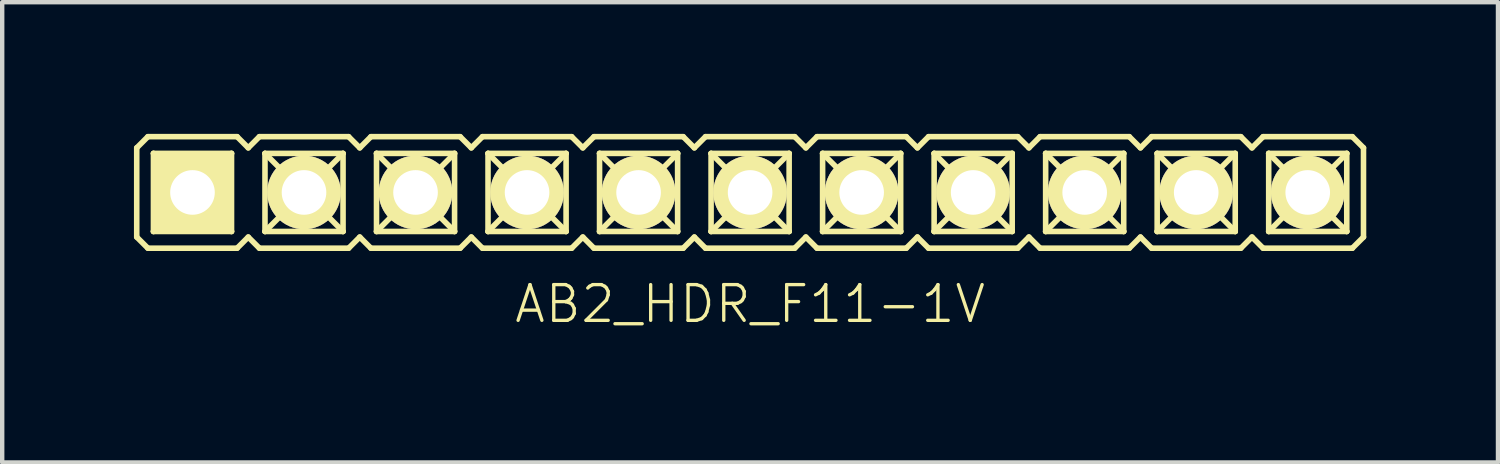
<source format=kicad_pcb>
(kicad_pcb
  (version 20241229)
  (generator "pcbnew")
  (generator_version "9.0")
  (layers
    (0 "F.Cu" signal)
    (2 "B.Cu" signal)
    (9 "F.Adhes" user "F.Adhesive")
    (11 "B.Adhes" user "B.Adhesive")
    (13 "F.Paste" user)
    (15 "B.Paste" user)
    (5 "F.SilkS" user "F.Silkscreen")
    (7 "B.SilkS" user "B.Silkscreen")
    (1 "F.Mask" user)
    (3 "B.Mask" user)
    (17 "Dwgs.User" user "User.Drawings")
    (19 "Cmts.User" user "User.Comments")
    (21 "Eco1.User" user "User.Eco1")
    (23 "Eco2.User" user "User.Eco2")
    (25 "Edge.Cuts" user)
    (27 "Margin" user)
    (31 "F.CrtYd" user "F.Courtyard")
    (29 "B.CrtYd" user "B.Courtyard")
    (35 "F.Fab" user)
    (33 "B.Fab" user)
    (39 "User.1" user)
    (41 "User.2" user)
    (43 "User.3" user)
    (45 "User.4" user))
  (footprint "AB2_HDR_F11-1V"
    (layer "F.Cu")
    (at 14.034 1.333)
    (property "Reference" "AB2_HDR_F11-1V" (at 0 2.54 0) (layer "F.SilkS") (effects (font (size 0.813 0.813) (thickness 0.076))))
    (attr through_hole)
    (fp_line (start -13.97 -1.016) (end -13.716 -1.27) (stroke (width 0.127) (type solid)) (layer "F.SilkS"))
    (fp_line (start -13.97 1.016) (end -13.97 -1.016) (stroke (width 0.127) (type solid)) (layer "F.SilkS"))
    (fp_line (start -13.716 -1.27) (end -11.684 -1.27) (stroke (width 0.127) (type solid)) (layer "F.SilkS"))
    (fp_line (start -13.716 1.27) (end -13.97 1.016) (stroke (width 0.127) (type solid)) (layer "F.SilkS"))
    (fp_line (start -13.589 -0.889) (end -11.811 -0.889) (stroke (width 0.127) (type solid)) (layer "F.SilkS"))
    (fp_line (start -13.589 0.889) (end -13.589 -0.889) (stroke (width 0.127) (type solid)) (layer "F.SilkS"))
    (fp_line (start -13.208 -0.508) (end -13.589 -0.889) (stroke (width 0.127) (type solid)) (layer "F.SilkS"))
    (fp_line (start -13.208 -0.508) (end -12.192 -0.508) (stroke (width 0.127) (type solid)) (layer "F.SilkS"))
    (fp_line (start -13.208 0.508) (end -13.589 0.889) (stroke (width 0.127) (type solid)) (layer "F.SilkS"))
    (fp_line (start -13.208 0.508) (end -13.208 -0.508) (stroke (width 0.127) (type solid)) (layer "F.SilkS"))
    (fp_line (start -12.192 -0.508) (end -12.192 0.508) (stroke (width 0.127) (type solid)) (layer "F.SilkS"))
    (fp_line (start -12.192 -0.508) (end -11.811 -0.889) (stroke (width 0.127) (type solid)) (layer "F.SilkS"))
    (fp_line (start -12.192 0.508) (end -13.208 0.508) (stroke (width 0.127) (type solid)) (layer "F.SilkS"))
    (fp_line (start -12.192 0.508) (end -11.811 0.889) (stroke (width 0.127) (type solid)) (layer "F.SilkS"))
    (fp_line (start -11.811 -0.889) (end -11.811 0.889) (stroke (width 0.127) (type solid)) (layer "F.SilkS"))
    (fp_line (start -11.811 0.889) (end -13.589 0.889) (stroke (width 0.127) (type solid)) (layer "F.SilkS"))
    (fp_line (start -11.684 -1.27) (end -11.43 -1.016) (stroke (width 0.127) (type solid)) (layer "F.SilkS"))
    (fp_line (start -11.684 1.27) (end -13.716 1.27) (stroke (width 0.127) (type solid)) (layer "F.SilkS"))
    (fp_line (start -11.43 -1.016) (end -11.176 -1.27) (stroke (width 0.127) (type solid)) (layer "F.SilkS"))
    (fp_line (start -11.43 1.016) (end -11.684 1.27) (stroke (width 0.127) (type solid)) (layer "F.SilkS"))
    (fp_line (start -11.176 -1.27) (end -9.144 -1.27) (stroke (width 0.127) (type solid)) (layer "F.SilkS"))
    (fp_line (start -11.176 1.27) (end -11.43 1.016) (stroke (width 0.127) (type solid)) (layer "F.SilkS"))
    (fp_line (start -11.049 -0.889) (end -9.271 -0.889) (stroke (width 0.127) (type solid)) (layer "F.SilkS"))
    (fp_line (start -11.049 0.889) (end -11.049 -0.889) (stroke (width 0.127) (type solid)) (layer "F.SilkS"))
    (fp_line (start -10.668 -0.508) (end -11.049 -0.889) (stroke (width 0.127) (type solid)) (layer "F.SilkS"))
    (fp_line (start -10.668 -0.508) (end -9.652 -0.508) (stroke (width 0.127) (type solid)) (layer "F.SilkS"))
    (fp_line (start -10.668 0.508) (end -11.049 0.889) (stroke (width 0.127) (type solid)) (layer "F.SilkS"))
    (fp_line (start -10.668 0.508) (end -10.668 -0.508) (stroke (width 0.127) (type solid)) (layer "F.SilkS"))
    (fp_line (start -9.652 -0.508) (end -9.652 0.508) (stroke (width 0.127) (type solid)) (layer "F.SilkS"))
    (fp_line (start -9.652 -0.508) (end -9.271 -0.889) (stroke (width 0.127) (type solid)) (layer "F.SilkS"))
    (fp_line (start -9.652 0.508) (end -10.668 0.508) (stroke (width 0.127) (type solid)) (layer "F.SilkS"))
    (fp_line (start -9.652 0.508) (end -9.271 0.889) (stroke (width 0.127) (type solid)) (layer "F.SilkS"))
    (fp_line (start -9.271 -0.889) (end -9.271 0.889) (stroke (width 0.127) (type solid)) (layer "F.SilkS"))
    (fp_line (start -9.271 0.889) (end -11.049 0.889) (stroke (width 0.127) (type solid)) (layer "F.SilkS"))
    (fp_line (start -9.144 -1.27) (end -8.89 -1.016) (stroke (width 0.127) (type solid)) (layer "F.SilkS"))
    (fp_line (start -9.144 1.27) (end -11.176 1.27) (stroke (width 0.127) (type solid)) (layer "F.SilkS"))
    (fp_line (start -8.89 -1.016) (end -8.636 -1.27) (stroke (width 0.127) (type solid)) (layer "F.SilkS"))
    (fp_line (start -8.89 1.016) (end -9.144 1.27) (stroke (width 0.127) (type solid)) (layer "F.SilkS"))
    (fp_line (start -8.636 -1.27) (end -6.604 -1.27) (stroke (width 0.127) (type solid)) (layer "F.SilkS"))
    (fp_line (start -8.636 1.27) (end -8.89 1.016) (stroke (width 0.127) (type solid)) (layer "F.SilkS"))
    (fp_line (start -8.509 -0.889) (end -6.731 -0.889) (stroke (width 0.127) (type solid)) (layer "F.SilkS"))
    (fp_line (start -8.509 0.889) (end -8.509 -0.889) (stroke (width 0.127) (type solid)) (layer "F.SilkS"))
    (fp_line (start -8.128 -0.508) (end -8.509 -0.889) (stroke (width 0.127) (type solid)) (layer "F.SilkS"))
    (fp_line (start -8.128 -0.508) (end -7.112 -0.508) (stroke (width 0.127) (type solid)) (layer "F.SilkS"))
    (fp_line (start -8.128 0.508) (end -8.509 0.889) (stroke (width 0.127) (type solid)) (layer "F.SilkS"))
    (fp_line (start -8.128 0.508) (end -8.128 -0.508) (stroke (width 0.127) (type solid)) (layer "F.SilkS"))
    (fp_line (start -7.112 -0.508) (end -7.112 0.508) (stroke (width 0.127) (type solid)) (layer "F.SilkS"))
    (fp_line (start -7.112 -0.508) (end -6.731 -0.889) (stroke (width 0.127) (type solid)) (layer "F.SilkS"))
    (fp_line (start -7.112 0.508) (end -8.128 0.508) (stroke (width 0.127) (type solid)) (layer "F.SilkS"))
    (fp_line (start -7.112 0.508) (end -6.731 0.889) (stroke (width 0.127) (type solid)) (layer "F.SilkS"))
    (fp_line (start -6.731 -0.889) (end -6.731 0.889) (stroke (width 0.127) (type solid)) (layer "F.SilkS"))
    (fp_line (start -6.731 0.889) (end -8.509 0.889) (stroke (width 0.127) (type solid)) (layer "F.SilkS"))
    (fp_line (start -6.604 -1.27) (end -6.35 -1.016) (stroke (width 0.127) (type solid)) (layer "F.SilkS"))
    (fp_line (start -6.604 1.27) (end -8.636 1.27) (stroke (width 0.127) (type solid)) (layer "F.SilkS"))
    (fp_line (start -6.35 -1.016) (end -6.096 -1.27) (stroke (width 0.127) (type solid)) (layer "F.SilkS"))
    (fp_line (start -6.35 1.016) (end -6.604 1.27) (stroke (width 0.127) (type solid)) (layer "F.SilkS"))
    (fp_line (start -6.096 -1.27) (end -4.064 -1.27) (stroke (width 0.127) (type solid)) (layer "F.SilkS"))
    (fp_line (start -6.096 1.27) (end -6.35 1.016) (stroke (width 0.127) (type solid)) (layer "F.SilkS"))
    (fp_line (start -5.969 -0.889) (end -4.191 -0.889) (stroke (width 0.127) (type solid)) (layer "F.SilkS"))
    (fp_line (start -5.969 0.889) (end -5.969 -0.889) (stroke (width 0.127) (type solid)) (layer "F.SilkS"))
    (fp_line (start -5.588 -0.508) (end -5.969 -0.889) (stroke (width 0.127) (type solid)) (layer "F.SilkS"))
    (fp_line (start -5.588 -0.508) (end -4.572 -0.508) (stroke (width 0.127) (type solid)) (layer "F.SilkS"))
    (fp_line (start -5.588 0.508) (end -5.969 0.889) (stroke (width 0.127) (type solid)) (layer "F.SilkS"))
    (fp_line (start -5.588 0.508) (end -5.588 -0.508) (stroke (width 0.127) (type solid)) (layer "F.SilkS"))
    (fp_line (start -4.572 -0.508) (end -4.572 0.508) (stroke (width 0.127) (type solid)) (layer "F.SilkS"))
    (fp_line (start -4.572 -0.508) (end -4.191 -0.889) (stroke (width 0.127) (type solid)) (layer "F.SilkS"))
    (fp_line (start -4.572 0.508) (end -5.588 0.508) (stroke (width 0.127) (type solid)) (layer "F.SilkS"))
    (fp_line (start -4.572 0.508) (end -4.191 0.889) (stroke (width 0.127) (type solid)) (layer "F.SilkS"))
    (fp_line (start -4.191 -0.889) (end -4.191 0.889) (stroke (width 0.127) (type solid)) (layer "F.SilkS"))
    (fp_line (start -4.191 0.889) (end -5.969 0.889) (stroke (width 0.127) (type solid)) (layer "F.SilkS"))
    (fp_line (start -4.064 -1.27) (end -3.81 -1.016) (stroke (width 0.127) (type solid)) (layer "F.SilkS"))
    (fp_line (start -4.064 1.27) (end -6.096 1.27) (stroke (width 0.127) (type solid)) (layer "F.SilkS"))
    (fp_line (start -3.81 -1.016) (end -3.556 -1.27) (stroke (width 0.127) (type solid)) (layer "F.SilkS"))
    (fp_line (start -3.81 1.016) (end -4.064 1.27) (stroke (width 0.127) (type solid)) (layer "F.SilkS"))
    (fp_line (start -3.556 -1.27) (end -1.524 -1.27) (stroke (width 0.127) (type solid)) (layer "F.SilkS"))
    (fp_line (start -3.556 1.27) (end -3.81 1.016) (stroke (width 0.127) (type solid)) (layer "F.SilkS"))
    (fp_line (start -3.429 -0.889) (end -1.651 -0.889) (stroke (width 0.127) (type solid)) (layer "F.SilkS"))
    (fp_line (start -3.429 0.889) (end -3.429 -0.889) (stroke (width 0.127) (type solid)) (layer "F.SilkS"))
    (fp_line (start -3.048 -0.508) (end -3.429 -0.889) (stroke (width 0.127) (type solid)) (layer "F.SilkS"))
    (fp_line (start -3.048 -0.508) (end -2.032 -0.508) (stroke (width 0.127) (type solid)) (layer "F.SilkS"))
    (fp_line (start -3.048 0.508) (end -3.429 0.889) (stroke (width 0.127) (type solid)) (layer "F.SilkS"))
    (fp_line (start -3.048 0.508) (end -3.048 -0.508) (stroke (width 0.127) (type solid)) (layer "F.SilkS"))
    (fp_line (start -2.032 -0.508) (end -2.032 0.508) (stroke (width 0.127) (type solid)) (layer "F.SilkS"))
    (fp_line (start -2.032 -0.508) (end -1.651 -0.889) (stroke (width 0.127) (type solid)) (layer "F.SilkS"))
    (fp_line (start -2.032 0.508) (end -3.048 0.508) (stroke (width 0.127) (type solid)) (layer "F.SilkS"))
    (fp_line (start -2.032 0.508) (end -1.651 0.889) (stroke (width 0.127) (type solid)) (layer "F.SilkS"))
    (fp_line (start -1.651 -0.889) (end -1.651 0.889) (stroke (width 0.127) (type solid)) (layer "F.SilkS"))
    (fp_line (start -1.651 0.889) (end -3.429 0.889) (stroke (width 0.127) (type solid)) (layer "F.SilkS"))
    (fp_line (start -1.524 -1.27) (end -1.27 -1.016) (stroke (width 0.127) (type solid)) (layer "F.SilkS"))
    (fp_line (start -1.524 1.27) (end -3.556 1.27) (stroke (width 0.127) (type solid)) (layer "F.SilkS"))
    (fp_line (start -1.27 -1.016) (end -1.016 -1.27) (stroke (width 0.127) (type solid)) (layer "F.SilkS"))
    (fp_line (start -1.27 1.016) (end -1.524 1.27) (stroke (width 0.127) (type solid)) (layer "F.SilkS"))
    (fp_line (start -1.016 -1.27) (end 1.016 -1.27) (stroke (width 0.127) (type solid)) (layer "F.SilkS"))
    (fp_line (start -1.016 1.27) (end -1.27 1.016) (stroke (width 0.127) (type solid)) (layer "F.SilkS"))
    (fp_line (start -0.889 -0.889) (end 0.889 -0.889) (stroke (width 0.127) (type solid)) (layer "F.SilkS"))
    (fp_line (start -0.889 0.889) (end -0.889 -0.889) (stroke (width 0.127) (type solid)) (layer "F.SilkS"))
    (fp_line (start -0.508 -0.508) (end -0.889 -0.889) (stroke (width 0.127) (type solid)) (layer "F.SilkS"))
    (fp_line (start -0.508 -0.508) (end 0.508 -0.508) (stroke (width 0.127) (type solid)) (layer "F.SilkS"))
    (fp_line (start -0.508 0.508) (end -0.889 0.889) (stroke (width 0.127) (type solid)) (layer "F.SilkS"))
    (fp_line (start -0.508 0.508) (end -0.508 -0.508) (stroke (width 0.127) (type solid)) (layer "F.SilkS"))
    (fp_line (start 0.508 -0.508) (end 0.508 0.508) (stroke (width 0.127) (type solid)) (layer "F.SilkS"))
    (fp_line (start 0.508 -0.508) (end 0.889 -0.889) (stroke (width 0.127) (type solid)) (layer "F.SilkS"))
    (fp_line (start 0.508 0.508) (end -0.508 0.508) (stroke (width 0.127) (type solid)) (layer "F.SilkS"))
    (fp_line (start 0.508 0.508) (end 0.889 0.889) (stroke (width 0.127) (type solid)) (layer "F.SilkS"))
    (fp_line (start 0.889 -0.889) (end 0.889 0.889) (stroke (width 0.127) (type solid)) (layer "F.SilkS"))
    (fp_line (start 0.889 0.889) (end -0.889 0.889) (stroke (width 0.127) (type solid)) (layer "F.SilkS"))
    (fp_line (start 1.016 -1.27) (end 1.27 -1.016) (stroke (width 0.127) (type solid)) (layer "F.SilkS"))
    (fp_line (start 1.016 1.27) (end -1.016 1.27) (stroke (width 0.127) (type solid)) (layer "F.SilkS"))
    (fp_line (start 1.27 -1.016) (end 1.524 -1.27) (stroke (width 0.127) (type solid)) (layer "F.SilkS"))
    (fp_line (start 1.27 1.016) (end 1.016 1.27) (stroke (width 0.127) (type solid)) (layer "F.SilkS"))
    (fp_line (start 1.524 -1.27) (end 3.556 -1.27) (stroke (width 0.127) (type solid)) (layer "F.SilkS"))
    (fp_line (start 1.524 1.27) (end 1.27 1.016) (stroke (width 0.127) (type solid)) (layer "F.SilkS"))
    (fp_line (start 1.651 -0.889) (end 3.429 -0.889) (stroke (width 0.127) (type solid)) (layer "F.SilkS"))
    (fp_line (start 1.651 0.889) (end 1.651 -0.889) (stroke (width 0.127) (type solid)) (layer "F.SilkS"))
    (fp_line (start 2.032 -0.508) (end 1.651 -0.889) (stroke (width 0.127) (type solid)) (layer "F.SilkS"))
    (fp_line (start 2.032 -0.508) (end 3.048 -0.508) (stroke (width 0.127) (type solid)) (layer "F.SilkS"))
    (fp_line (start 2.032 0.508) (end 1.651 0.889) (stroke (width 0.127) (type solid)) (layer "F.SilkS"))
    (fp_line (start 2.032 0.508) (end 2.032 -0.508) (stroke (width 0.127) (type solid)) (layer "F.SilkS"))
    (fp_line (start 3.048 -0.508) (end 3.048 0.508) (stroke (width 0.127) (type solid)) (layer "F.SilkS"))
    (fp_line (start 3.048 -0.508) (end 3.429 -0.889) (stroke (width 0.127) (type solid)) (layer "F.SilkS"))
    (fp_line (start 3.048 0.508) (end 2.032 0.508) (stroke (width 0.127) (type solid)) (layer "F.SilkS"))
    (fp_line (start 3.048 0.508) (end 3.429 0.889) (stroke (width 0.127) (type solid)) (layer "F.SilkS"))
    (fp_line (start 3.429 -0.889) (end 3.429 0.889) (stroke (width 0.127) (type solid)) (layer "F.SilkS"))
    (fp_line (start 3.429 0.889) (end 1.651 0.889) (stroke (width 0.127) (type solid)) (layer "F.SilkS"))
    (fp_line (start 3.556 -1.27) (end 3.81 -1.016) (stroke (width 0.127) (type solid)) (layer "F.SilkS"))
    (fp_line (start 3.556 1.27) (end 1.524 1.27) (stroke (width 0.127) (type solid)) (layer "F.SilkS"))
    (fp_line (start 3.81 -1.016) (end 4.064 -1.27) (stroke (width 0.127) (type solid)) (layer "F.SilkS"))
    (fp_line (start 3.81 1.016) (end 3.556 1.27) (stroke (width 0.127) (type solid)) (layer "F.SilkS"))
    (fp_line (start 4.064 -1.27) (end 6.096 -1.27) (stroke (width 0.127) (type solid)) (layer "F.SilkS"))
    (fp_line (start 4.064 1.27) (end 3.81 1.016) (stroke (width 0.127) (type solid)) (layer "F.SilkS"))
    (fp_line (start 4.191 -0.889) (end 5.969 -0.889) (stroke (width 0.127) (type solid)) (layer "F.SilkS"))
    (fp_line (start 4.191 0.889) (end 4.191 -0.889) (stroke (width 0.127) (type solid)) (layer "F.SilkS"))
    (fp_line (start 4.572 -0.508) (end 4.191 -0.889) (stroke (width 0.127) (type solid)) (layer "F.SilkS"))
    (fp_line (start 4.572 -0.508) (end 5.588 -0.508) (stroke (width 0.127) (type solid)) (layer "F.SilkS"))
    (fp_line (start 4.572 0.508) (end 4.191 0.889) (stroke (width 0.127) (type solid)) (layer "F.SilkS"))
    (fp_line (start 4.572 0.508) (end 4.572 -0.508) (stroke (width 0.127) (type solid)) (layer "F.SilkS"))
    (fp_line (start 5.588 -0.508) (end 5.588 0.508) (stroke (width 0.127) (type solid)) (layer "F.SilkS"))
    (fp_line (start 5.588 -0.508) (end 5.969 -0.889) (stroke (width 0.127) (type solid)) (layer "F.SilkS"))
    (fp_line (start 5.588 0.508) (end 4.572 0.508) (stroke (width 0.127) (type solid)) (layer "F.SilkS"))
    (fp_line (start 5.588 0.508) (end 5.969 0.889) (stroke (width 0.127) (type solid)) (layer "F.SilkS"))
    (fp_line (start 5.969 -0.889) (end 5.969 0.889) (stroke (width 0.127) (type solid)) (layer "F.SilkS"))
    (fp_line (start 5.969 0.889) (end 4.191 0.889) (stroke (width 0.127) (type solid)) (layer "F.SilkS"))
    (fp_line (start 6.096 -1.27) (end 6.35 -1.016) (stroke (width 0.127) (type solid)) (layer "F.SilkS"))
    (fp_line (start 6.096 1.27) (end 4.064 1.27) (stroke (width 0.127) (type solid)) (layer "F.SilkS"))
    (fp_line (start 6.35 -1.016) (end 6.604 -1.27) (stroke (width 0.127) (type solid)) (layer "F.SilkS"))
    (fp_line (start 6.35 1.016) (end 6.096 1.27) (stroke (width 0.127) (type solid)) (layer "F.SilkS"))
    (fp_line (start 6.604 -1.27) (end 8.636 -1.27) (stroke (width 0.127) (type solid)) (layer "F.SilkS"))
    (fp_line (start 6.604 1.27) (end 6.35 1.016) (stroke (width 0.127) (type solid)) (layer "F.SilkS"))
    (fp_line (start 6.731 -0.889) (end 8.509 -0.889) (stroke (width 0.127) (type solid)) (layer "F.SilkS"))
    (fp_line (start 6.731 0.889) (end 6.731 -0.889) (stroke (width 0.127) (type solid)) (layer "F.SilkS"))
    (fp_line (start 7.112 -0.508) (end 6.731 -0.889) (stroke (width 0.127) (type solid)) (layer "F.SilkS"))
    (fp_line (start 7.112 -0.508) (end 8.128 -0.508) (stroke (width 0.127) (type solid)) (layer "F.SilkS"))
    (fp_line (start 7.112 0.508) (end 6.731 0.889) (stroke (width 0.127) (type solid)) (layer "F.SilkS"))
    (fp_line (start 7.112 0.508) (end 7.112 -0.508) (stroke (width 0.127) (type solid)) (layer "F.SilkS"))
    (fp_line (start 8.128 -0.508) (end 8.128 0.508) (stroke (width 0.127) (type solid)) (layer "F.SilkS"))
    (fp_line (start 8.128 -0.508) (end 8.509 -0.889) (stroke (width 0.127) (type solid)) (layer "F.SilkS"))
    (fp_line (start 8.128 0.508) (end 7.112 0.508) (stroke (width 0.127) (type solid)) (layer "F.SilkS"))
    (fp_line (start 8.128 0.508) (end 8.509 0.889) (stroke (width 0.127) (type solid)) (layer "F.SilkS"))
    (fp_line (start 8.509 -0.889) (end 8.509 0.889) (stroke (width 0.127) (type solid)) (layer "F.SilkS"))
    (fp_line (start 8.509 0.889) (end 6.731 0.889) (stroke (width 0.127) (type solid)) (layer "F.SilkS"))
    (fp_line (start 8.636 -1.27) (end 8.89 -1.016) (stroke (width 0.127) (type solid)) (layer "F.SilkS"))
    (fp_line (start 8.636 1.27) (end 6.604 1.27) (stroke (width 0.127) (type solid)) (layer "F.SilkS"))
    (fp_line (start 8.89 -1.016) (end 9.144 -1.27) (stroke (width 0.127) (type solid)) (layer "F.SilkS"))
    (fp_line (start 8.89 1.016) (end 8.636 1.27) (stroke (width 0.127) (type solid)) (layer "F.SilkS"))
    (fp_line (start 9.144 -1.27) (end 11.176 -1.27) (stroke (width 0.127) (type solid)) (layer "F.SilkS"))
    (fp_line (start 9.144 1.27) (end 8.89 1.016) (stroke (width 0.127) (type solid)) (layer "F.SilkS"))
    (fp_line (start 9.271 -0.889) (end 11.049 -0.889) (stroke (width 0.127) (type solid)) (layer "F.SilkS"))
    (fp_line (start 9.271 0.889) (end 9.271 -0.889) (stroke (width 0.127) (type solid)) (layer "F.SilkS"))
    (fp_line (start 9.652 -0.508) (end 9.271 -0.889) (stroke (width 0.127) (type solid)) (layer "F.SilkS"))
    (fp_line (start 9.652 -0.508) (end 10.668 -0.508) (stroke (width 0.127) (type solid)) (layer "F.SilkS"))
    (fp_line (start 9.652 0.508) (end 9.271 0.889) (stroke (width 0.127) (type solid)) (layer "F.SilkS"))
    (fp_line (start 9.652 0.508) (end 9.652 -0.508) (stroke (width 0.127) (type solid)) (layer "F.SilkS"))
    (fp_line (start 10.668 -0.508) (end 10.668 0.508) (stroke (width 0.127) (type solid)) (layer "F.SilkS"))
    (fp_line (start 10.668 -0.508) (end 11.049 -0.889) (stroke (width 0.127) (type solid)) (layer "F.SilkS"))
    (fp_line (start 10.668 0.508) (end 9.652 0.508) (stroke (width 0.127) (type solid)) (layer "F.SilkS"))
    (fp_line (start 10.668 0.508) (end 11.049 0.889) (stroke (width 0.127) (type solid)) (layer "F.SilkS"))
    (fp_line (start 11.049 -0.889) (end 11.049 0.889) (stroke (width 0.127) (type solid)) (layer "F.SilkS"))
    (fp_line (start 11.049 0.889) (end 9.271 0.889) (stroke (width 0.127) (type solid)) (layer "F.SilkS"))
    (fp_line (start 11.176 -1.27) (end 11.43 -1.016) (stroke (width 0.127) (type solid)) (layer "F.SilkS"))
    (fp_line (start 11.176 1.27) (end 9.144 1.27) (stroke (width 0.127) (type solid)) (layer "F.SilkS"))
    (fp_line (start 11.43 -1.016) (end 11.684 -1.27) (stroke (width 0.127) (type solid)) (layer "F.SilkS"))
    (fp_line (start 11.43 1.016) (end 11.176 1.27) (stroke (width 0.127) (type solid)) (layer "F.SilkS"))
    (fp_line (start 11.684 -1.27) (end 13.716 -1.27) (stroke (width 0.127) (type solid)) (layer "F.SilkS"))
    (fp_line (start 11.684 1.27) (end 11.43 1.016) (stroke (width 0.127) (type solid)) (layer "F.SilkS"))
    (fp_line (start 11.811 -0.889) (end 13.589 -0.889) (stroke (width 0.127) (type solid)) (layer "F.SilkS"))
    (fp_line (start 11.811 0.889) (end 11.811 -0.889) (stroke (width 0.127) (type solid)) (layer "F.SilkS"))
    (fp_line (start 12.192 -0.508) (end 11.811 -0.889) (stroke (width 0.127) (type solid)) (layer "F.SilkS"))
    (fp_line (start 12.192 -0.508) (end 13.208 -0.508) (stroke (width 0.127) (type solid)) (layer "F.SilkS"))
    (fp_line (start 12.192 0.508) (end 11.811 0.889) (stroke (width 0.127) (type solid)) (layer "F.SilkS"))
    (fp_line (start 12.192 0.508) (end 12.192 -0.508) (stroke (width 0.127) (type solid)) (layer "F.SilkS"))
    (fp_line (start 13.208 -0.508) (end 13.208 0.508) (stroke (width 0.127) (type solid)) (layer "F.SilkS"))
    (fp_line (start 13.208 -0.508) (end 13.589 -0.889) (stroke (width 0.127) (type solid)) (layer "F.SilkS"))
    (fp_line (start 13.208 0.508) (end 12.192 0.508) (stroke (width 0.127) (type solid)) (layer "F.SilkS"))
    (fp_line (start 13.208 0.508) (end 13.589 0.889) (stroke (width 0.127) (type solid)) (layer "F.SilkS"))
    (fp_line (start 13.589 -0.889) (end 13.589 0.889) (stroke (width 0.127) (type solid)) (layer "F.SilkS"))
    (fp_line (start 13.589 0.889) (end 11.811 0.889) (stroke (width 0.127) (type solid)) (layer "F.SilkS"))
    (fp_line (start 13.716 -1.27) (end 13.97 -1.016) (stroke (width 0.127) (type solid)) (layer "F.SilkS"))
    (fp_line (start 13.716 1.27) (end 11.684 1.27) (stroke (width 0.127) (type solid)) (layer "F.SilkS"))
    (fp_line (start 13.97 -1.016) (end 13.97 1.016) (stroke (width 0.127) (type solid)) (layer "F.SilkS"))
    (fp_line (start 13.97 1.016) (end 13.716 1.27) (stroke (width 0.127) (type solid)) (layer "F.SilkS"))
    (pad "1" thru_hole rect (at -12.7 0) (size 1.676 1.676) (drill 1.016) (layers "*.Cu" "*.Mask" "F.SilkS"))
    (pad "2" thru_hole circle (at -10.16 0) (size 1.676 1.676) (drill 1.016) (layers "*.Cu" "*.Mask" "F.SilkS"))
    (pad "3" thru_hole circle (at -7.62 0) (size 1.676 1.676) (drill 1.016) (layers "*.Cu" "*.Mask" "F.SilkS"))
    (pad "4" thru_hole circle (at -5.08 0) (size 1.676 1.676) (drill 1.016) (layers "*.Cu" "*.Mask" "F.SilkS"))
    (pad "5" thru_hole circle (at -2.54 0) (size 1.676 1.676) (drill 1.016) (layers "*.Cu" "*.Mask" "F.SilkS"))
    (pad "6" thru_hole circle (at 0 0) (size 1.676 1.676) (drill 1.016) (layers "*.Cu" "*.Mask" "F.SilkS"))
    (pad "7" thru_hole circle (at 2.54 0) (size 1.676 1.676) (drill 1.016) (layers "*.Cu" "*.Mask" "F.SilkS"))
    (pad "8" thru_hole circle (at 5.08 0) (size 1.676 1.676) (drill 1.016) (layers "*.Cu" "*.Mask" "F.SilkS"))
    (pad "9" thru_hole circle (at 7.62 0) (size 1.676 1.676) (drill 1.016) (layers "*.Cu" "*.Mask" "F.SilkS"))
    (pad "10" thru_hole circle (at 10.16 0) (size 1.676 1.676) (drill 1.016) (layers "*.Cu" "*.Mask" "F.SilkS"))
    (pad "11" thru_hole circle (at 12.7 0) (size 1.676 1.676) (drill 1.016) (layers "*.Cu" "*.Mask" "F.SilkS")))
  (gr_rect
    (start -3 -3)
    (end 31.067 7.483)
    (stroke (width 0.1) (type default))
    (fill no)
    (layer "Edge.Cuts")))
</source>
